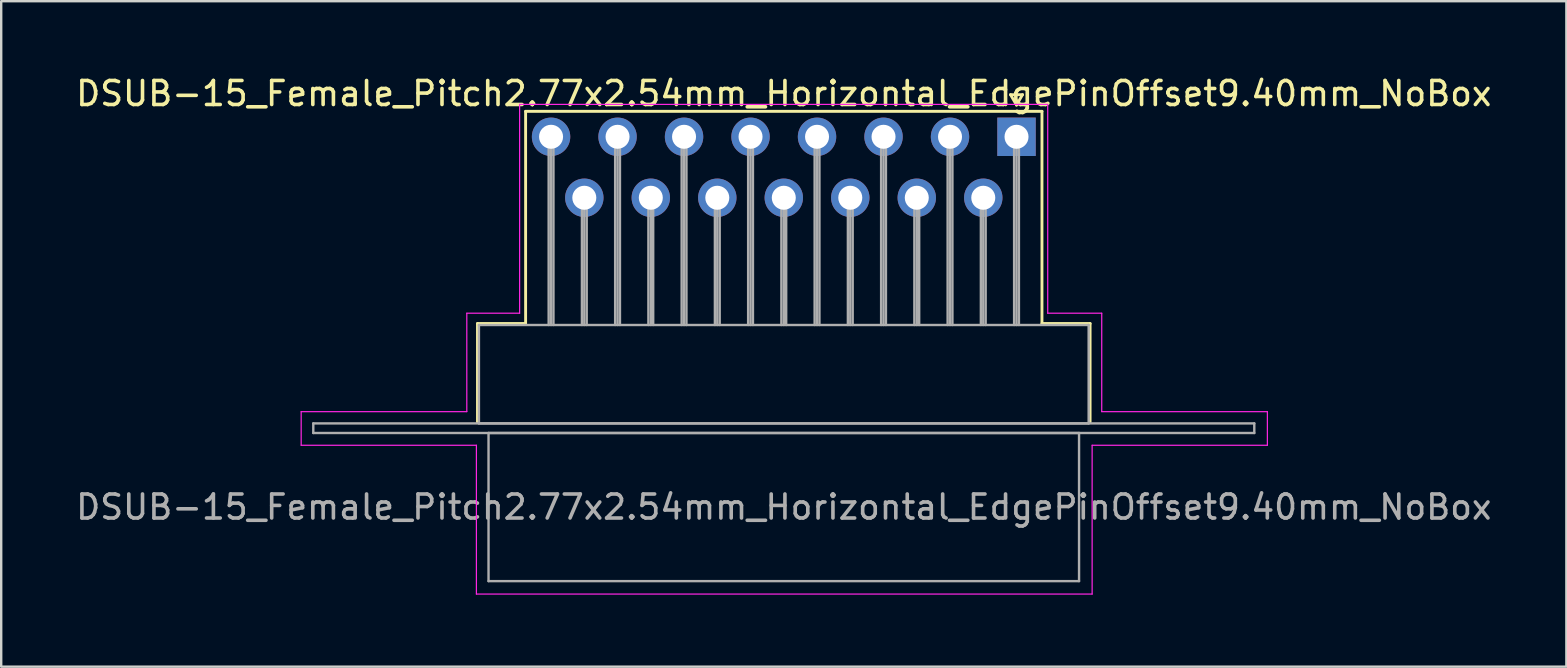
<source format=kicad_pcb>
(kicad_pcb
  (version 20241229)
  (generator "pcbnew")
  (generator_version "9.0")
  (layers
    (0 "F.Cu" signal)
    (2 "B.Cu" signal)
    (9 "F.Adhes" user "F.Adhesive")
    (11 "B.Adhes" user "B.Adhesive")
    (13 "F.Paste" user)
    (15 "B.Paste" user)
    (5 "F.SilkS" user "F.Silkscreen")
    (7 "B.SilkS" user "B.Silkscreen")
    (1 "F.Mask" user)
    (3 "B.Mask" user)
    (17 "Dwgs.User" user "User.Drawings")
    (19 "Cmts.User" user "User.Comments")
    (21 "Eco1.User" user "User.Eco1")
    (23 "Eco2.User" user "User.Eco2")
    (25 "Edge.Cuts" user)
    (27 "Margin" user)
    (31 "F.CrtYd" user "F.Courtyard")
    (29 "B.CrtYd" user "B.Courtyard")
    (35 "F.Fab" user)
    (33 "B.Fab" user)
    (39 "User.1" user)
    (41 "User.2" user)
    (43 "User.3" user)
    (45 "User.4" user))
  (footprint "DSUB-15_Female_Pitch2.77x2.54mm_Horizontal_EdgePinOffset9.40mm_NoBox"
    (layer "F.Cu")
    (at 39.296 2.648)
    (property "Reference" "DSUB-15_Female_Pitch2.77x2.54mm_Horizontal_EdgePinOffset9.40mm_NoBox" (at -9.695 -1.8 0) (layer "F.SilkS") (effects (font (size 1 1) (thickness 0.15))))
    (attr through_hole)
    (fp_line (start -22.455 7.78) (end -20.45 7.78) (stroke (width 0.12) (type solid)) (layer "F.SilkS"))
    (fp_line (start -22.455 11.88) (end -22.455 7.78) (stroke (width 0.12) (type solid)) (layer "F.SilkS"))
    (fp_line (start -20.45 -1.06) (end 1.06 -1.06) (stroke (width 0.12) (type solid)) (layer "F.SilkS"))
    (fp_line (start -20.45 7.78) (end -20.45 -1.06) (stroke (width 0.12) (type solid)) (layer "F.SilkS"))
    (fp_line (start -0.25 -1.754) (end 0.25 -1.754) (stroke (width 0.12) (type solid)) (layer "F.SilkS"))
    (fp_line (start 0 -1.321) (end -0.25 -1.754) (stroke (width 0.12) (type solid)) (layer "F.SilkS"))
    (fp_line (start 0.25 -1.754) (end 0 -1.321) (stroke (width 0.12) (type solid)) (layer "F.SilkS"))
    (fp_line (start 1.06 -1.06) (end 1.06 7.78) (stroke (width 0.12) (type solid)) (layer "F.SilkS"))
    (fp_line (start 1.06 7.78) (end 3.065 7.78) (stroke (width 0.12) (type solid)) (layer "F.SilkS"))
    (fp_line (start 3.065 7.78) (end 3.065 11.88) (stroke (width 0.12) (type solid)) (layer "F.SilkS"))
    (fp_line (start -29.8 11.45) (end -22.9 11.45) (stroke (width 0.05) (type solid)) (layer "F.CrtYd"))
    (fp_line (start -29.8 12.85) (end -29.8 11.45) (stroke (width 0.05) (type solid)) (layer "F.CrtYd"))
    (fp_line (start -22.9 7.35) (end -20.7 7.35) (stroke (width 0.05) (type solid)) (layer "F.CrtYd"))
    (fp_line (start -22.9 11.45) (end -22.9 7.35) (stroke (width 0.05) (type solid)) (layer "F.CrtYd"))
    (fp_line (start -22.5 12.85) (end -29.8 12.85) (stroke (width 0.05) (type solid)) (layer "F.CrtYd"))
    (fp_line (start -22.5 19.05) (end -22.5 12.85) (stroke (width 0.05) (type solid)) (layer "F.CrtYd"))
    (fp_line (start -20.7 -1.35) (end 1.3 -1.35) (stroke (width 0.05) (type solid)) (layer "F.CrtYd"))
    (fp_line (start -20.7 7.35) (end -20.7 -1.35) (stroke (width 0.05) (type solid)) (layer "F.CrtYd"))
    (fp_line (start 1.3 -1.35) (end 1.3 7.35) (stroke (width 0.05) (type solid)) (layer "F.CrtYd"))
    (fp_line (start 1.3 7.35) (end 3.55 7.35) (stroke (width 0.05) (type solid)) (layer "F.CrtYd"))
    (fp_line (start 3.15 12.85) (end 3.15 19.05) (stroke (width 0.05) (type solid)) (layer "F.CrtYd"))
    (fp_line (start 3.15 19.05) (end -22.5 19.05) (stroke (width 0.05) (type solid)) (layer "F.CrtYd"))
    (fp_line (start 3.55 7.35) (end 3.55 11.45) (stroke (width 0.05) (type solid)) (layer "F.CrtYd"))
    (fp_line (start 3.55 11.45) (end 10.45 11.45) (stroke (width 0.05) (type solid)) (layer "F.CrtYd"))
    (fp_line (start 10.45 11.45) (end 10.45 12.85) (stroke (width 0.05) (type solid)) (layer "F.CrtYd"))
    (fp_line (start 10.45 12.85) (end 3.15 12.85) (stroke (width 0.05) (type solid)) (layer "F.CrtYd"))
    (fp_line (start -29.295 11.94) (end -29.295 12.34) (stroke (width 0.1) (type solid)) (layer "F.Fab"))
    (fp_line (start -29.295 12.34) (end 9.905 12.34) (stroke (width 0.1) (type solid)) (layer "F.Fab"))
    (fp_line (start -22.395 7.84) (end -22.395 11.94) (stroke (width 0.1) (type solid)) (layer "F.Fab"))
    (fp_line (start -22.395 11.94) (end 3.005 11.94) (stroke (width 0.1) (type solid)) (layer "F.Fab"))
    (fp_line (start -21.995 12.34) (end -21.995 18.51) (stroke (width 0.1) (type solid)) (layer "F.Fab"))
    (fp_line (start -21.995 18.51) (end 2.605 18.51) (stroke (width 0.1) (type solid)) (layer "F.Fab"))
    (fp_line (start -19.49 0) (end -19.49 7.84) (stroke (width 0.1) (type solid)) (layer "F.Fab"))
    (fp_line (start -19.39 0) (end -19.39 7.84) (stroke (width 0.1) (type solid)) (layer "F.Fab"))
    (fp_line (start -19.29 0) (end -19.29 7.84) (stroke (width 0.1) (type solid)) (layer "F.Fab"))
    (fp_line (start -18.105 2.54) (end -18.105 7.84) (stroke (width 0.1) (type solid)) (layer "F.Fab"))
    (fp_line (start -18.005 2.54) (end -18.005 7.84) (stroke (width 0.1) (type solid)) (layer "F.Fab"))
    (fp_line (start -17.905 2.54) (end -17.905 7.84) (stroke (width 0.1) (type solid)) (layer "F.Fab"))
    (fp_line (start -16.72 0) (end -16.72 7.84) (stroke (width 0.1) (type solid)) (layer "F.Fab"))
    (fp_line (start -16.62 0) (end -16.62 7.84) (stroke (width 0.1) (type solid)) (layer "F.Fab"))
    (fp_line (start -16.52 0) (end -16.52 7.84) (stroke (width 0.1) (type solid)) (layer "F.Fab"))
    (fp_line (start -15.335 2.54) (end -15.335 7.84) (stroke (width 0.1) (type solid)) (layer "F.Fab"))
    (fp_line (start -15.235 2.54) (end -15.235 7.84) (stroke (width 0.1) (type solid)) (layer "F.Fab"))
    (fp_line (start -15.135 2.54) (end -15.135 7.84) (stroke (width 0.1) (type solid)) (layer "F.Fab"))
    (fp_line (start -13.95 0) (end -13.95 7.84) (stroke (width 0.1) (type solid)) (layer "F.Fab"))
    (fp_line (start -13.85 0) (end -13.85 7.84) (stroke (width 0.1) (type solid)) (layer "F.Fab"))
    (fp_line (start -13.75 0) (end -13.75 7.84) (stroke (width 0.1) (type solid)) (layer "F.Fab"))
    (fp_line (start -12.565 2.54) (end -12.565 7.84) (stroke (width 0.1) (type solid)) (layer "F.Fab"))
    (fp_line (start -12.465 2.54) (end -12.465 7.84) (stroke (width 0.1) (type solid)) (layer "F.Fab"))
    (fp_line (start -12.365 2.54) (end -12.365 7.84) (stroke (width 0.1) (type solid)) (layer "F.Fab"))
    (fp_line (start -11.18 0) (end -11.18 7.84) (stroke (width 0.1) (type solid)) (layer "F.Fab"))
    (fp_line (start -11.08 0) (end -11.08 7.84) (stroke (width 0.1) (type solid)) (layer "F.Fab"))
    (fp_line (start -10.98 0) (end -10.98 7.84) (stroke (width 0.1) (type solid)) (layer "F.Fab"))
    (fp_line (start -9.795 2.54) (end -9.795 7.84) (stroke (width 0.1) (type solid)) (layer "F.Fab"))
    (fp_line (start -9.695 2.54) (end -9.695 7.84) (stroke (width 0.1) (type solid)) (layer "F.Fab"))
    (fp_line (start -9.595 2.54) (end -9.595 7.84) (stroke (width 0.1) (type solid)) (layer "F.Fab"))
    (fp_line (start -8.41 0) (end -8.41 7.84) (stroke (width 0.1) (type solid)) (layer "F.Fab"))
    (fp_line (start -8.31 0) (end -8.31 7.84) (stroke (width 0.1) (type solid)) (layer "F.Fab"))
    (fp_line (start -8.21 0) (end -8.21 7.84) (stroke (width 0.1) (type solid)) (layer "F.Fab"))
    (fp_line (start -7.025 2.54) (end -7.025 7.84) (stroke (width 0.1) (type solid)) (layer "F.Fab"))
    (fp_line (start -6.925 2.54) (end -6.925 7.84) (stroke (width 0.1) (type solid)) (layer "F.Fab"))
    (fp_line (start -6.825 2.54) (end -6.825 7.84) (stroke (width 0.1) (type solid)) (layer "F.Fab"))
    (fp_line (start -5.64 0) (end -5.64 7.84) (stroke (width 0.1) (type solid)) (layer "F.Fab"))
    (fp_line (start -5.54 0) (end -5.54 7.84) (stroke (width 0.1) (type solid)) (layer "F.Fab"))
    (fp_line (start -5.44 0) (end -5.44 7.84) (stroke (width 0.1) (type solid)) (layer "F.Fab"))
    (fp_line (start -4.255 2.54) (end -4.255 7.84) (stroke (width 0.1) (type solid)) (layer "F.Fab"))
    (fp_line (start -4.155 2.54) (end -4.155 7.84) (stroke (width 0.1) (type solid)) (layer "F.Fab"))
    (fp_line (start -4.055 2.54) (end -4.055 7.84) (stroke (width 0.1) (type solid)) (layer "F.Fab"))
    (fp_line (start -2.87 0) (end -2.87 7.84) (stroke (width 0.1) (type solid)) (layer "F.Fab"))
    (fp_line (start -2.77 0) (end -2.77 7.84) (stroke (width 0.1) (type solid)) (layer "F.Fab"))
    (fp_line (start -2.67 0) (end -2.67 7.84) (stroke (width 0.1) (type solid)) (layer "F.Fab"))
    (fp_line (start -1.485 2.54) (end -1.485 7.84) (stroke (width 0.1) (type solid)) (layer "F.Fab"))
    (fp_line (start -1.385 2.54) (end -1.385 7.84) (stroke (width 0.1) (type solid)) (layer "F.Fab"))
    (fp_line (start -1.285 2.54) (end -1.285 7.84) (stroke (width 0.1) (type solid)) (layer "F.Fab"))
    (fp_line (start -0.1 0) (end -0.1 7.84) (stroke (width 0.1) (type solid)) (layer "F.Fab"))
    (fp_line (start 0 0) (end 0 7.84) (stroke (width 0.1) (type solid)) (layer "F.Fab"))
    (fp_line (start 0.1 0) (end 0.1 7.84) (stroke (width 0.1) (type solid)) (layer "F.Fab"))
    (fp_line (start 2.605 12.34) (end -21.995 12.34) (stroke (width 0.1) (type solid)) (layer "F.Fab"))
    (fp_line (start 2.605 18.51) (end 2.605 12.34) (stroke (width 0.1) (type solid)) (layer "F.Fab"))
    (fp_line (start 3.005 7.84) (end -22.395 7.84) (stroke (width 0.1) (type solid)) (layer "F.Fab"))
    (fp_line (start 3.005 11.94) (end 3.005 7.84) (stroke (width 0.1) (type solid)) (layer "F.Fab"))
    (fp_line (start 9.905 11.94) (end -29.295 11.94) (stroke (width 0.1) (type solid)) (layer "F.Fab"))
    (fp_line (start 9.905 12.34) (end 9.905 11.94) (stroke (width 0.1) (type solid)) (layer "F.Fab"))
    (fp_text user "${REFERENCE}" (at -9.695 15.425 0) (layer "F.Fab") (effects (font (size 1 1) (thickness 0.15))))
    (pad "1" thru_hole rect (at 0 0) (size 1.6 1.6) (drill 1) (layers "*.Cu" "*.Mask"))
    (pad "2" thru_hole circle (at -2.77 0) (size 1.6 1.6) (drill 1) (layers "*.Cu" "*.Mask"))
    (pad "3" thru_hole circle (at -5.54 0) (size 1.6 1.6) (drill 1) (layers "*.Cu" "*.Mask"))
    (pad "4" thru_hole circle (at -8.31 0) (size 1.6 1.6) (drill 1) (layers "*.Cu" "*.Mask"))
    (pad "5" thru_hole circle (at -11.08 0) (size 1.6 1.6) (drill 1) (layers "*.Cu" "*.Mask"))
    (pad "6" thru_hole circle (at -13.85 0) (size 1.6 1.6) (drill 1) (layers "*.Cu" "*.Mask"))
    (pad "7" thru_hole circle (at -16.62 0) (size 1.6 1.6) (drill 1) (layers "*.Cu" "*.Mask"))
    (pad "8" thru_hole circle (at -19.39 0) (size 1.6 1.6) (drill 1) (layers "*.Cu" "*.Mask"))
    (pad "9" thru_hole circle (at -1.385 2.54) (size 1.6 1.6) (drill 1) (layers "*.Cu" "*.Mask"))
    (pad "10" thru_hole circle (at -4.155 2.54) (size 1.6 1.6) (drill 1) (layers "*.Cu" "*.Mask"))
    (pad "11" thru_hole circle (at -6.925 2.54) (size 1.6 1.6) (drill 1) (layers "*.Cu" "*.Mask"))
    (pad "12" thru_hole circle (at -9.695 2.54) (size 1.6 1.6) (drill 1) (layers "*.Cu" "*.Mask"))
    (pad "13" thru_hole circle (at -12.465 2.54) (size 1.6 1.6) (drill 1) (layers "*.Cu" "*.Mask"))
    (pad "14" thru_hole circle (at -15.235 2.54) (size 1.6 1.6) (drill 1) (layers "*.Cu" "*.Mask"))
    (pad "15" thru_hole circle (at -18.005 2.54) (size 1.6 1.6) (drill 1) (layers "*.Cu" "*.Mask")))
  (gr_rect
    (start -3 -3)
    (end 62.202 24.723)
    (stroke (width 0.1) (type default))
    (fill no)
    (layer "Edge.Cuts")))
</source>
